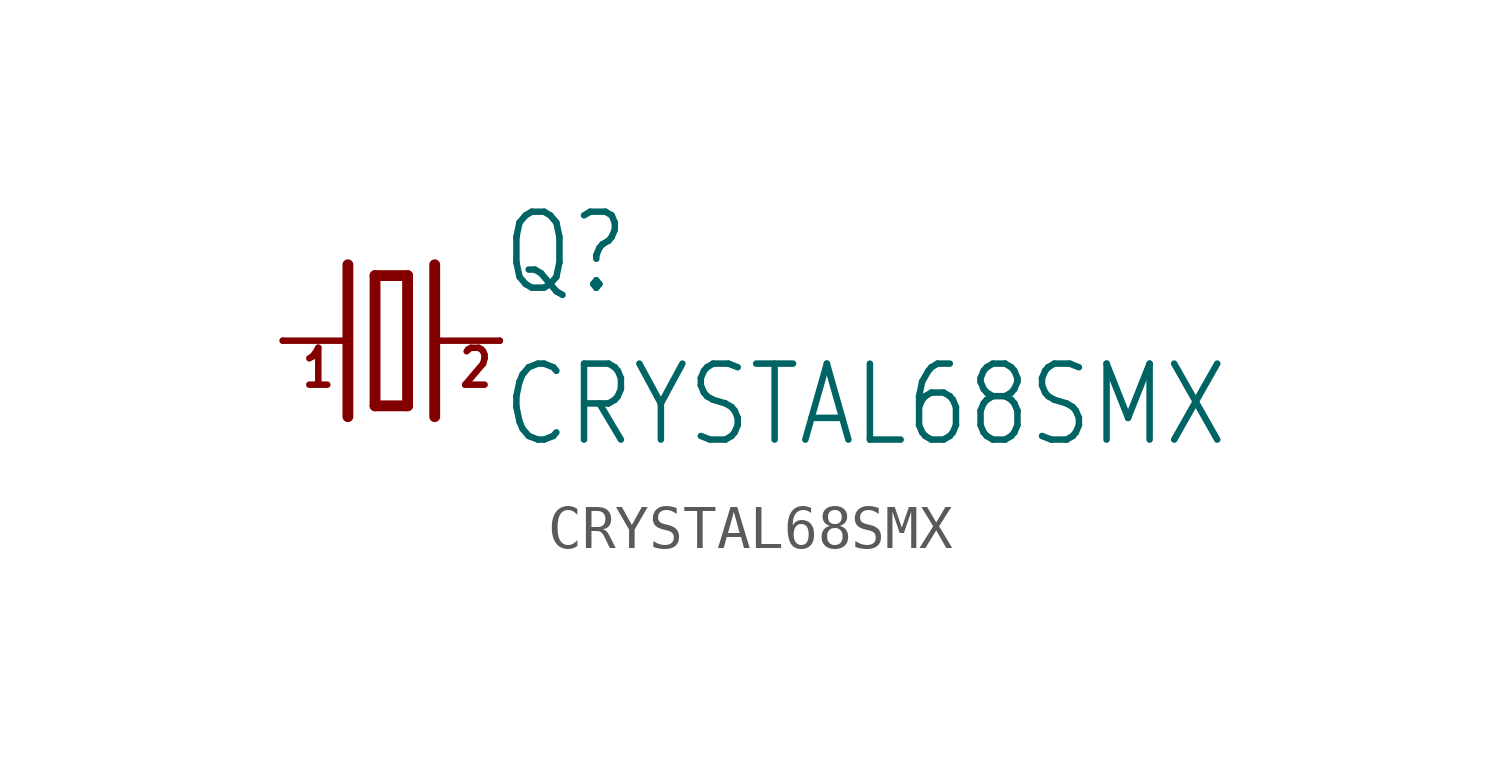
<source format=kicad_sym>
(kicad_symbol_lib
  (version 20211014)
  (generator kicad_symbol_editor)
  (symbol "CRYSTAL68SMX"
    (property "Reference" "Q"
      (at 2.54 1.016 0)
      (effects (font (size 1.778 1.511)) (justify left bottom)))
    (property "Value" "CRYSTAL68SMX"
      (at 2.54 -2.54 0)
      (effects (font (size 1.778 1.511)) (justify left bottom)))
    (property "ki_locked" ""
      (at 0 0 0)
      (effects (font (size 1.27 1.27))))
    (symbol "CRYSTAL68SMX_1_0"
      (polyline (pts (xy -2.54 0) (xy -1.016 0)) (stroke (width 0.152) (type default) (color 0 0 0 0)) (fill (type none)))
      (polyline (pts (xy -1.016 1.778) (xy -1.016 -1.778)) (stroke (width 0.254) (type default) (color 0 0 0 0)) (fill (type none)))
      (polyline (pts (xy -0.381 -1.524) (xy 0.381 -1.524)) (stroke (width 0.254) (type default) (color 0 0 0 0)) (fill (type none)))
      (polyline (pts (xy -0.381 1.524) (xy -0.381 -1.524)) (stroke (width 0.254) (type default) (color 0 0 0 0)) (fill (type none)))
      (polyline (pts (xy 0.381 -1.524) (xy 0.381 1.524)) (stroke (width 0.254) (type default) (color 0 0 0 0)) (fill (type none)))
      (polyline (pts (xy 0.381 1.524) (xy -0.381 1.524)) (stroke (width 0.254) (type default) (color 0 0 0 0)) (fill (type none)))
      (polyline (pts (xy 1.016 0) (xy 2.54 0)) (stroke (width 0.152) (type default) (color 0 0 0 0)) (fill (type none)))
      (polyline (pts (xy 1.016 1.778) (xy 1.016 -1.778)) (stroke (width 0.254) (type default) (color 0 0 0 0)) (fill (type none)))
      (text "1" (at -2.159 -1.143 0) (effects (font (size 0.864 0.734)) (justify left bottom)))
      (text "2" (at 1.524 -1.143 0) (effects (font (size 0.864 0.734)) (justify left bottom)))
      (pin passive line (at -2.54 0 0) (length 0) (name "1" (effects (font (size 0 0)))) (number "1" (effects (font (size 0 0)))))
      (pin passive line (at 2.54 0 180) (length 0) (name "2" (effects (font (size 0 0)))) (number "4" (effects (font (size 0 0))))))))
</source>
